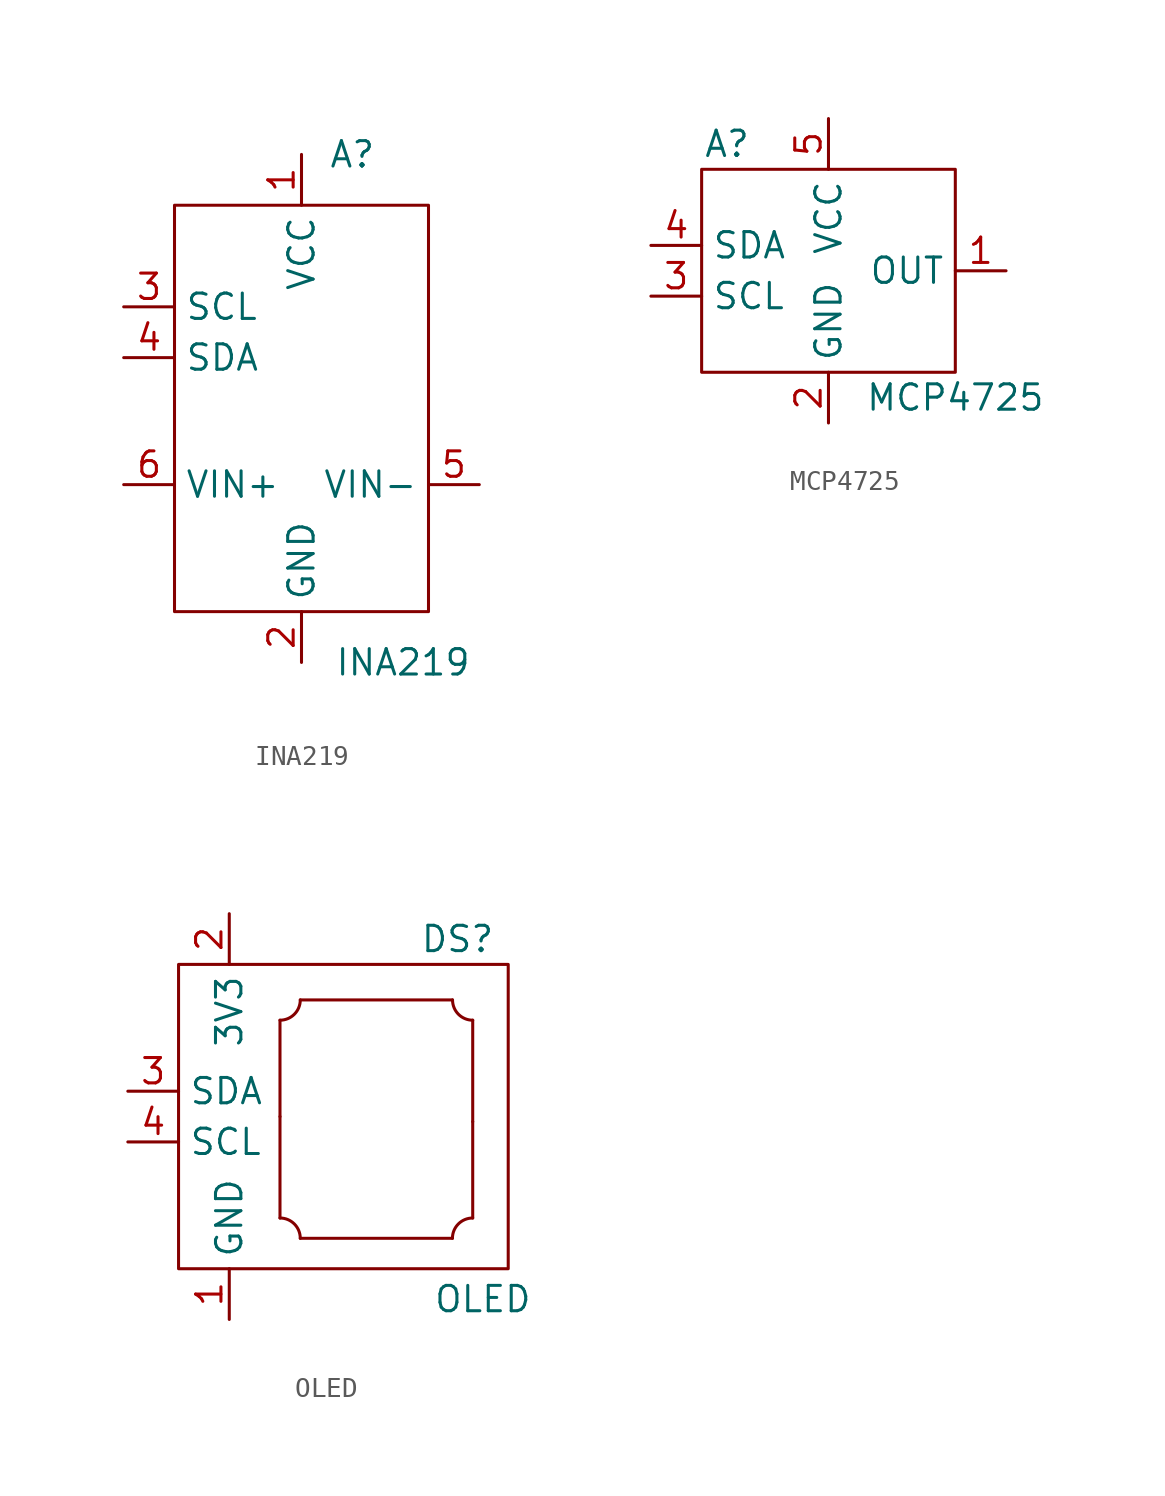
<source format=kicad_sym>
(kicad_symbol_lib
  (version 20211014)
  (generator kicad_symbol_editor)
  (symbol "INA219"
    (property "Reference" "A"
      (at 2.54 12.7 0)
      (effects (font (size 1.27 1.27))))
    (property "Value" "INA219"
      (at 5.08 -12.7 0)
      (effects (font (size 1.27 1.27))))
    (symbol "INA219_0_1"
      (rectangle (start -6.35 10.16) (end 6.35 -10.16) (stroke (width 0) (type default) (color 0 0 0 0)) (fill (type none))))
    (symbol "INA219_1_1"
      (pin power_in line (at 0 12.7 270) (length 2.54) (name "VCC" (effects (font (size 1.27 1.27)))) (number "1" (effects (font (size 1.27 1.27)))))
      (pin power_in line (at 0 -12.7 90) (length 2.54) (name "GND" (effects (font (size 1.27 1.27)))) (number "2" (effects (font (size 1.27 1.27)))))
      (pin input line (at -8.89 5.08 0) (length 2.54) (name "SCL" (effects (font (size 1.27 1.27)))) (number "3" (effects (font (size 1.27 1.27)))))
      (pin input line (at -8.89 2.54 0) (length 2.54) (name "SDA" (effects (font (size 1.27 1.27)))) (number "4" (effects (font (size 1.27 1.27)))))
      (pin output line (at 8.89 -3.81 180) (length 2.54) (name "VIN-" (effects (font (size 1.27 1.27)))) (number "5" (effects (font (size 1.27 1.27)))))
      (pin input line (at -8.89 -3.81 0) (length 2.54) (name "VIN+" (effects (font (size 1.27 1.27)))) (number "6" (effects (font (size 1.27 1.27)))))))
  (symbol "MCP4725"
    (property "Reference" "A"
      (at -5.08 6.35 0)
      (effects (font (size 1.27 1.27))))
    (property "Value" "MCP4725"
      (at 6.35 -6.35 0)
      (effects (font (size 1.27 1.27))))
    (symbol "MCP4725_0_1"
      (rectangle (start -6.35 5.08) (end 6.35 -5.08) (stroke (width 0) (type default) (color 0 0 0 0)) (fill (type none))))
    (symbol "MCP4725_1_1"
      (pin output line (at 8.89 0 180) (length 2.54) (name "OUT" (effects (font (size 1.27 1.27)))) (number "1" (effects (font (size 1.27 1.27)))))
      (pin power_in line (at 0 -7.62 90) (length 2.54) (name "GND" (effects (font (size 1.27 1.27)))) (number "2" (effects (font (size 1.27 1.27)))))
      (pin input line (at -8.89 -1.27 0) (length 2.54) (name "SCL" (effects (font (size 1.27 1.27)))) (number "3" (effects (font (size 1.27 1.27)))))
      (pin input line (at -8.89 1.27 0) (length 2.54) (name "SDA" (effects (font (size 1.27 1.27)))) (number "4" (effects (font (size 1.27 1.27)))))
      (pin power_in line (at 0 7.62 270) (length 2.54) (name "VCC" (effects (font (size 1.27 1.27)))) (number "5" (effects (font (size 1.27 1.27)))))
      (pin power_in line (at 0 -7.62 90) (length 2.54) hide (name "GND" (effects (font (size 1.27 1.27)))) (number "6" (effects (font (size 1.27 1.27)))))))
  (symbol "OLED"
    (property "Reference" "DS"
      (at 3.81 8.89 0)
      (effects (font (size 1.27 1.27))))
    (property "Value" "OLED"
      (at 5.08 -9.144 0)
      (effects (font (size 1.27 1.27))))
    (symbol "OLED_0_1"
      (rectangle (start -10.16 7.62) (end 6.35 -7.62) (stroke (width 0) (type default) (color 0 0 0 0)) (fill (type none)))
      (arc (start -5.08 4.826) (mid -3.3451 4.1071) (end -4.064 5.842) (stroke (width 0) (type default) (color 0 0 0 0)) (fill (type none)))
      (arc (start -4.064 -6.096) (mid -3.3456 -4.3616) (end -5.08 -5.08) (stroke (width 0) (type default) (color 0 0 0 0)) (fill (type none)))
      (polyline (pts (xy -5.08 -5.08) (xy -5.08 0)) (stroke (width 0) (type default) (color 0 0 0 0)) (fill (type none)))
      (polyline (pts (xy -5.08 4.826) (xy -5.08 0)) (stroke (width 0) (type default) (color 0 0 0 0)) (fill (type none)))
      (polyline (pts (xy -4.064 5.842) (xy 3.556 5.842)) (stroke (width 0) (type default) (color 0 0 0 0)) (fill (type none)))
      (polyline (pts (xy 3.556 -6.096) (xy -4.064 -6.096)) (stroke (width 0) (type default) (color 0 0 0 0)) (fill (type none)))
      (polyline (pts (xy 4.572 -5.08) (xy 4.572 -0.254)) (stroke (width 0) (type default) (color 0 0 0 0)) (fill (type none)))
      (polyline (pts (xy 4.572 4.826) (xy 4.572 -0.254)) (stroke (width 0) (type default) (color 0 0 0 0)) (fill (type none)))
      (arc (start 3.556 5.842) (mid 2.8376 4.1076) (end 4.572 4.826) (stroke (width 0) (type default) (color 0 0 0 0)) (fill (type none)))
      (arc (start 4.572 -5.08) (mid 2.8371 -4.3611) (end 3.556 -6.096) (stroke (width 0) (type default) (color 0 0 0 0)) (fill (type none))))
    (symbol "OLED_1_1"
      (pin power_in line (at -7.62 -10.16 90) (length 2.54) (name "GND" (effects (font (size 1.27 1.27)))) (number "1" (effects (font (size 1.27 1.27)))))
      (pin power_out line (at -7.62 10.16 270) (length 2.54) (name "3V3" (effects (font (size 1.27 1.27)))) (number "2" (effects (font (size 1.27 1.27)))))
      (pin input line (at -12.7 1.27 0) (length 2.54) (name "SDA" (effects (font (size 1.27 1.27)))) (number "3" (effects (font (size 1.27 1.27)))))
      (pin input line (at -12.7 -1.27 0) (length 2.54) (name "SCL" (effects (font (size 1.27 1.27)))) (number "4" (effects (font (size 1.27 1.27))))))))
</source>
